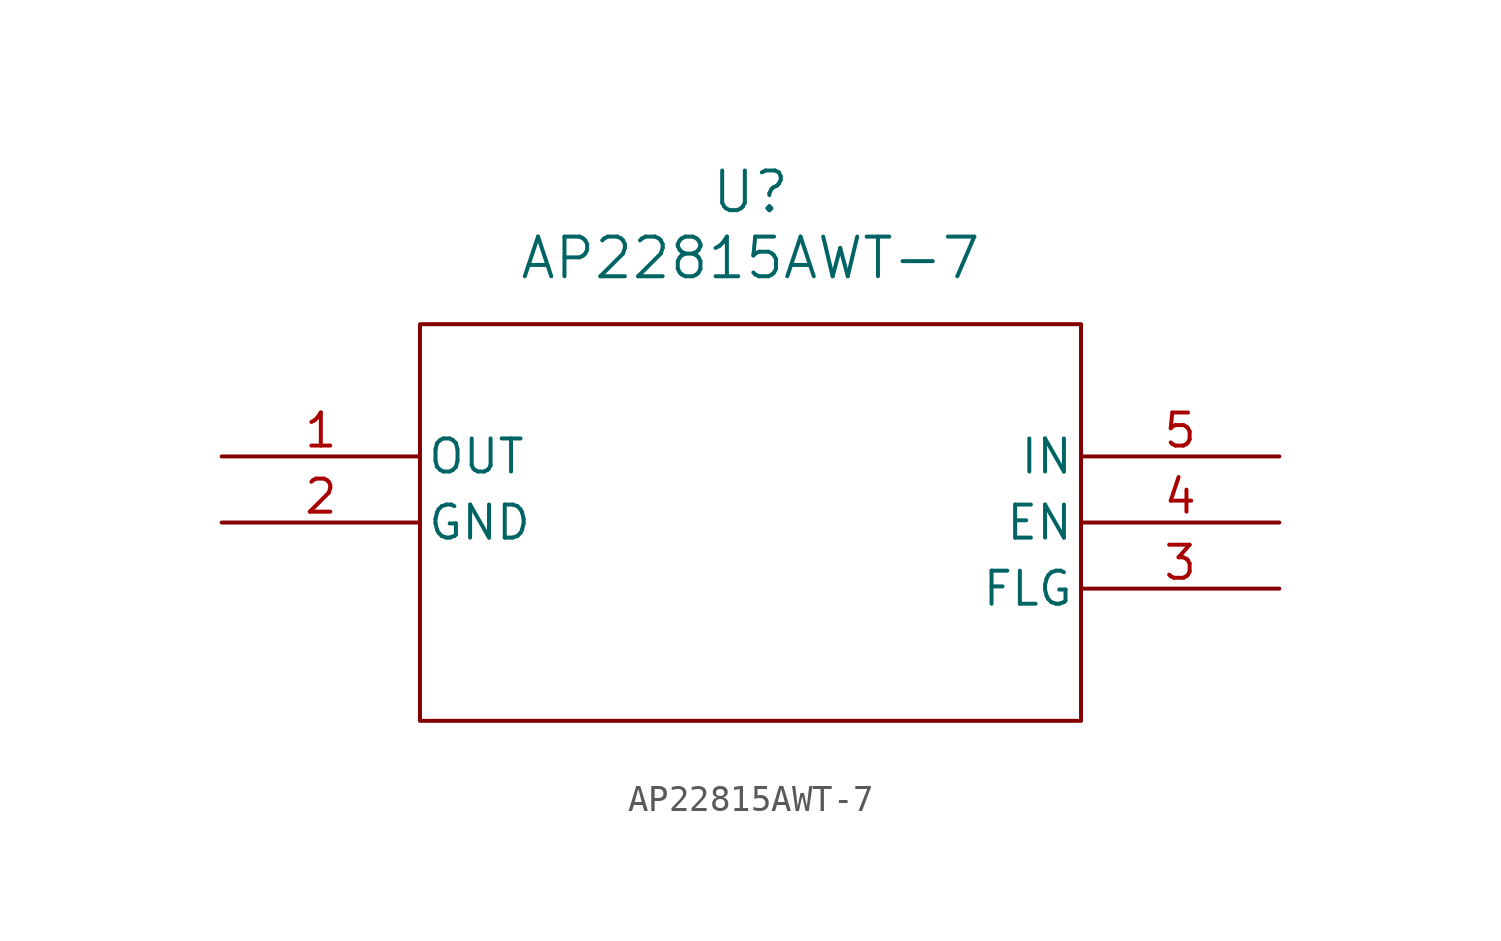
<source format=kicad_sym>
(kicad_symbol_lib
  (version 20241209)
  (generator "kicad_symbol_editor")
  (generator_version "9.0")
  (symbol "AP22815AWT-7"
    (pin_names
      (offset 0.254))
    (property "Reference" "U"
      (at 20.32 10.16 0)
      (effects (font (size 1.524 1.524))))
    (property "Value" "AP22815AWT-7"
      (at 20.32 7.62 0)
      (effects (font (size 1.524 1.524))))
    (property "ki_locked" ""
      (at 0 0 0)
      (effects (font (size 1.27 1.27))))
    (symbol "AP22815AWT-7_0_1"
      (pin output line (at 0 0 0) (length 7.62) (name "OUT" (effects (font (size 1.27 1.27)))) (number "1" (effects (font (size 1.27 1.27)))))
      (pin power_out line (at 0 -2.54 0) (length 7.62) (name "GND" (effects (font (size 1.27 1.27)))) (number "2" (effects (font (size 1.27 1.27)))))
      (pin unspecified line (at 40.64 0 180) (length 7.62) (name "IN" (effects (font (size 1.27 1.27)))) (number "5" (effects (font (size 1.27 1.27)))))
      (pin unspecified line (at 40.64 -2.54 180) (length 7.62) (name "EN" (effects (font (size 1.27 1.27)))) (number "4" (effects (font (size 1.27 1.27)))))
      (pin unspecified line (at 40.64 -5.08 180) (length 7.62) (name "FLG" (effects (font (size 1.27 1.27)))) (number "3" (effects (font (size 1.27 1.27))))))
    (symbol "AP22815AWT-7_1_1"
      (rectangle (start 7.62 5.08) (end 33.02 -10.16) (stroke (width 0) (type default)) (fill (type none))))))
</source>
